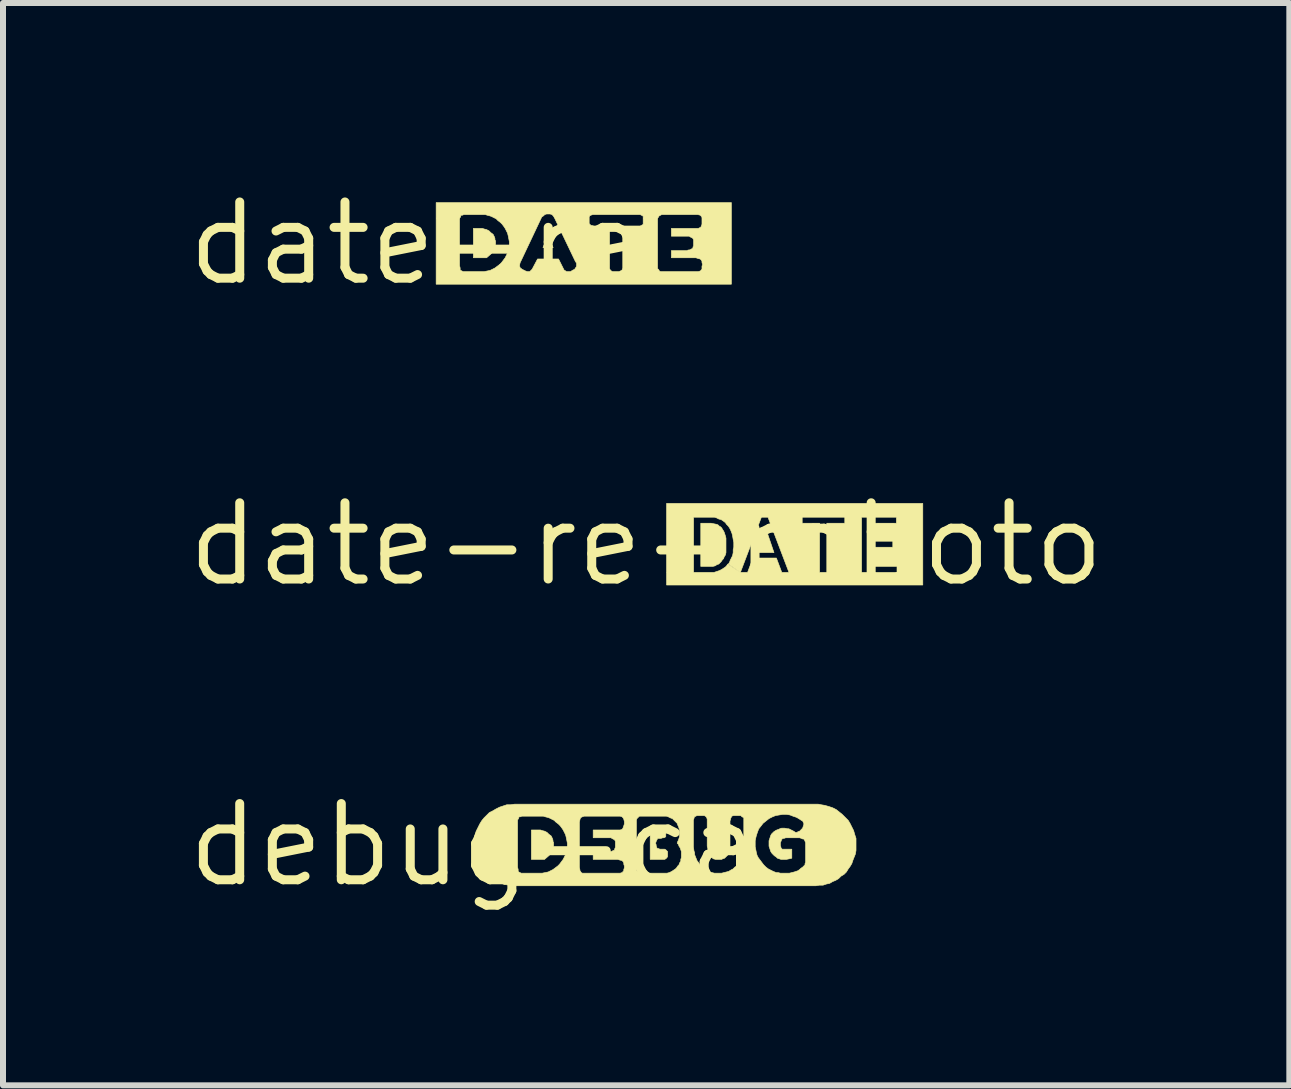
<source format=kicad_pcb>
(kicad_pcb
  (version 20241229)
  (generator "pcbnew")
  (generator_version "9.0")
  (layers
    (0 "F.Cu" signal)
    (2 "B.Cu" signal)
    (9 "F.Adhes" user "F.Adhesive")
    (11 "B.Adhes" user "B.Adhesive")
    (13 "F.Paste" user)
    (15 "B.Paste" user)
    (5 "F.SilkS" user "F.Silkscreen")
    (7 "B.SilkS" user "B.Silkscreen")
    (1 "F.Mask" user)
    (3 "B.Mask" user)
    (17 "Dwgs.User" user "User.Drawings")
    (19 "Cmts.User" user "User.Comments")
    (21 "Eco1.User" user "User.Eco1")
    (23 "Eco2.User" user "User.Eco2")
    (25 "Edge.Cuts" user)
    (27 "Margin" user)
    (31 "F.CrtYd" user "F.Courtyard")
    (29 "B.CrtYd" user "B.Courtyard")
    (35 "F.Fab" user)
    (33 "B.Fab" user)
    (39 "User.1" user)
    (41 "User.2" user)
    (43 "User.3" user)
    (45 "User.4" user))
  (footprint "debug-ca"
    (layer "F.Cu")
    (at 4.845 11.031)
    (property "Reference" "debug-ca" (at 0 0 0) (layer "F.SilkS") (effects (font (size 1.27 1.27) (thickness 0.15))))
    (attr board_only exclude_from_pos_files exclude_from_bom)
    (fp_poly (pts (xy 1.18 0.24) (xy 1.26 0.17) (xy 1.27 0.15) (xy 1.3 0.12) (xy 1.31 0.08) (xy 1.32 0.06) (xy 1.32 0.04) (xy 1.33 0.01) (xy 1.33 -0.01) (xy 1.33 -0.04) (xy 1.32 -0.06) (xy 1.32 -0.08) (xy 1.31 -0.11) (xy 1.3 -0.13) (xy 1.29 -0.15) (xy 1.25 -0.18) (xy 1.22 -0.21) (xy 1.2 -0.22) (xy 1.18 -0.23) (xy 1.14 -0.24) (xy 1.11 -0.25) (xy 0.96 -0.25) (xy 0.96 0.24) (xy 1.18 0.24)) (stroke (width 0.01) (type solid)) (fill yes) (layer "F.SilkS"))
    (fp_poly (pts (xy 3.23 0.16) (xy 3.23 0.13) (xy 3.23 0.11) (xy 3.22 0.1) (xy 3.21 0.09) (xy 3.2 0.08) (xy 3.18 0.07) (xy 3.15 0.07) (xy 3.1 0.07) (xy 3.08 0.06) (xy 3.07 0.06) (xy 3.05 0.05) (xy 3.05 0.04) (xy 3.04 0.02) (xy 3.04 0) (xy 3.03 -0.03) (xy 3.04 -0.06) (xy 3.05 -0.08) (xy 3.06 -0.1) (xy 3.07 -0.11) (xy 3.09 -0.11) (xy 3.12 -0.11) (xy 3.15 -0.12) (xy 3.17 -0.12) (xy 3.19 -0.13) (xy 3.2 -0.14) (xy 3.2 -0.2) (xy 3.2 -0.21) (xy 3.19 -0.23) (xy 3.19 -0.24) (xy 3.17 -0.24) (xy 3.16 -0.25) (xy 3.14 -0.25) (xy 2.94 -0.25) (xy 2.94 0.24) (xy 3.15 0.24) (xy 3.18 0.24) (xy 3.2 0.23) (xy 3.21 0.22) (xy 3.22 0.21) (xy 3.23 0.19) (xy 3.23 0.16)) (stroke (width 0.01) (type solid)) (fill yes) (layer "F.SilkS"))
    (fp_poly (pts (xy 0.68 -0.68) (xy 0.61 -0.67) (xy 0.55 -0.67) (xy 0.49 -0.65) (xy 0.43 -0.63) (xy 0.37 -0.6) (xy 0.32 -0.57) (xy 0.26 -0.54) (xy 0.21 -0.49) (xy 0.17 -0.45) (xy 0.13 -0.4) (xy 0.1 -0.35) (xy 0.07 -0.29) (xy 0.04 -0.23) (xy 0.02 -0.17) (xy 0.01 -0.11) (xy 0 -0.05) (xy 0 0.02) (xy 0 0.08) (xy 0.02 0.14) (xy 0.03 0.21) (xy 0.05 0.27) (xy 0.08 0.32) (xy 0.11 0.38) (xy 0.15 0.43) (xy 0.2 0.48) (xy 0.24 0.52) (xy 0.29 0.56) (xy 0.35 0.59) (xy 0.4 0.62) (xy 0.46 0.64) (xy 0.52 0.66) (xy 0.59 0.67) (xy 0.63 0.68) (xy 0.68 0.68) (xy 5.7 0.68) (xy 5.76 0.67) (xy 5.82 0.67) (xy 5.88 0.65) (xy 5.93 0.64) (xy 5.98 0.61) (xy 6.03 0.59) (xy 6.08 0.56) (xy 6.12 0.52) (xy 6.17 0.49) (xy 6.21 0.45) (xy 6.24 0.4) (xy 6.27 0.36) (xy 6.3 0.31) (xy 6.32 0.25) (xy 6.34 0.2) (xy 6.36 0.15) (xy 6.37 0.09) (xy 6.37 0.02) (xy 6.37 -0.04) (xy 6.37 -0.11) (xy 6.35 -0.17) (xy 6.33 -0.24) (xy 6.3 -0.3) (xy 6.27 -0.36) (xy 6.24 -0.41) (xy 6.19 -0.46) (xy 6.14 -0.51) (xy 6.09 -0.55) (xy 6.04 -0.59) (xy 5.98 -0.62) (xy 5.92 -0.64) (xy 5.85 -0.66) (xy 5.79 -0.67) (xy 5.74 -0.68) (xy 5.7 -0.68) (xy 0.68 -0.68) (xy 0.76 -0.47) (xy 0.78 -0.47) (xy 0.8 -0.48) (xy 0.85 -0.48) (xy 1.09 -0.48) (xy 1.12 -0.48) (xy 1.16 -0.48) (xy 1.19 -0.47) (xy 1.23 -0.46) (xy 1.26 -0.45) (xy 1.3 -0.43) (xy 1.34 -0.41) (xy 1.37 -0.38) (xy 1.41 -0.35) (xy 1.44 -0.32) (xy 1.47 -0.28) (xy 1.49 -0.25) (xy 1.51 -0.21) (xy 1.76 -0.37) (xy 1.76 -0.39) (xy 1.77 -0.42) (xy 1.77 -0.43) (xy 1.78 -0.45) (xy 1.79 -0.46) (xy 1.81 -0.47) (xy 1.84 -0.48) (xy 1.87 -0.48) (xy 2.4 -0.48) (xy 2.44 -0.48) (xy 2.47 -0.47) (xy 2.48 -0.46) (xy 2.49 -0.45) (xy 2.5 -0.43) (xy 2.51 -0.39) (xy 2.51 -0.35) (xy 2.5 -0.32) (xy 2.49 -0.29) (xy 2.48 -0.27) (xy 2.47 -0.26) (xy 2.44 -0.25) (xy 2.4 -0.25) (xy 1.99 -0.25) (xy 1.99 -0.12) (xy 2.29 -0.12) (xy 2.3 -0.11) (xy 2.34 -0.09) (xy 2.35 -0.08) (xy 2.36 -0.06) (xy 2.36 -0.04) (xy 2.36 0) (xy 2.36 0.02) (xy 2.36 0.04) (xy 2.35 0.06) (xy 2.35 0.07) (xy 2.34 0.09) (xy 2.33 0.09) (xy 2.29 0.11) (xy 2.27 0.11) (xy 2.25 0.12) (xy 1.99 0.12) (xy 1.99 0.24) (xy 2.4 0.24) (xy 2.43 0.25) (xy 2.47 0.26) (xy 2.48 0.27) (xy 2.49 0.28) (xy 2.5 0.3) (xy 2.5 0.32) (xy 2.51 0.35) (xy 2.71 0.37) (xy 2.71 -0.41) (xy 2.71 -0.42) (xy 2.72 -0.44) (xy 2.73 -0.45) (xy 2.74 -0.46) (xy 2.75 -0.47) (xy 2.76 -0.48) (xy 2.81 -0.48) (xy 3.17 -0.48) (xy 3.21 -0.48) (xy 3.24 -0.47) (xy 3.28 -0.45) (xy 3.31 -0.44) (xy 3.33 -0.42) (xy 3.35 -0.4) (xy 3.39 -0.36) (xy 3.4 -0.33) (xy 3.41 -0.31) (xy 3.42 -0.28) (xy 3.43 -0.25) (xy 3.43 -0.23) (xy 3.43 -0.2) (xy 3.43 -0.17) (xy 3.43 -0.14) (xy 3.42 -0.11) (xy 3.41 -0.08) (xy 3.4 -0.06) (xy 3.39 -0.03) (xy 3.41 -0.01) (xy 3.42 0.02) (xy 3.44 0.05) (xy 3.45 0.08) (xy 3.46 0.11) (xy 3.67 0.1) (xy 3.66 0.03) (xy 3.66 -0.42) (xy 3.67 -0.44) (xy 3.67 -0.45) (xy 3.68 -0.47) (xy 3.7 -0.48) (xy 3.72 -0.49) (xy 3.76 -0.49) (xy 3.81 -0.49) (xy 3.84 -0.49) (xy 3.86 -0.48) (xy 3.88 -0.46) (xy 3.89 -0.43) (xy 3.89 -0.39) (xy 3.89 0.02) (xy 3.9 0.06) (xy 3.91 0.1) (xy 3.92 0.13) (xy 3.94 0.18) (xy 3.95 0.2) (xy 3.97 0.21) (xy 3.99 0.23) (xy 4.03 0.24) (xy 4.06 0.24) (xy 4.1 0.24) (xy 4.13 0.24) (xy 4.15 0.23) (xy 4.18 0.22) (xy 4.2 0.2) (xy 4.22 0.18) (xy 4.24 0.16) (xy 4.25 0.13) (xy 4.26 0.09) (xy 4.27 0.06) (xy 4.27 0.02) (xy 4.27 -0.4) (xy 4.28 -0.43) (xy 4.28 -0.44) (xy 4.3 -0.48) (xy 4.33 -0.49) (xy 4.36 -0.49) (xy 4.4 -0.49) (xy 4.43 -0.49) (xy 4.45 -0.49) (xy 4.47 -0.47) (xy 4.49 -0.46) (xy 4.5 -0.45) (xy 4.5 -0.42) (xy 4.5 -0.39) (xy 4.5 0.04) (xy 4.69 0.03) (xy 4.69 -0.02) (xy 4.69 -0.07) (xy 4.7 -0.12) (xy 4.71 -0.16) (xy 4.73 -0.22) (xy 4.75 -0.27) (xy 4.79 -0.32) (xy 4.82 -0.36) (xy 4.87 -0.4) (xy 4.92 -0.44) (xy 4.98 -0.47) (xy 5.03 -0.49) (xy 5.09 -0.5) (xy 5.15 -0.51) (xy 5.21 -0.51) (xy 5.27 -0.5) (xy 5.32 -0.48) (xy 5.38 -0.46) (xy 5.43 -0.43) (xy 5.46 -0.41) (xy 5.48 -0.4) (xy 5.49 -0.38) (xy 5.5 -0.36) (xy 5.5 -0.34) (xy 5.49 -0.31) (xy 5.48 -0.28) (xy 5.46 -0.26) (xy 5.43 -0.23) (xy 5.4 -0.22) (xy 5.39 -0.21) (xy 5.38 -0.21) (xy 5.36 -0.21) (xy 5.33 -0.23) (xy 5.27 -0.26) (xy 5.25 -0.27) (xy 5.23 -0.27) (xy 5.18 -0.28) (xy 5.13 -0.28) (xy 5.1 -0.27) (xy 5.08 -0.26) (xy 5.05 -0.25) (xy 5.03 -0.24) (xy 5 -0.22) (xy 4.98 -0.2) (xy 4.96 -0.18) (xy 4.95 -0.16) (xy 4.94 -0.13) (xy 4.93 -0.1) (xy 4.92 -0.07) (xy 4.92 -0.04) (xy 4.92 -0.01) (xy 4.92 0.02) (xy 4.93 0.05) (xy 4.94 0.08) (xy 4.95 0.11) (xy 4.97 0.14) (xy 4.99 0.16) (xy 5.01 0.18) (xy 5.04 0.2) (xy 5.06 0.22) (xy 5.09 0.23) (xy 5.12 0.24) (xy 5.16 0.24) (xy 5.21 0.24) (xy 5.26 0.23) (xy 5.3 0.22) (xy 5.3 0.07) (xy 5.19 0.07) (xy 5.16 0.07) (xy 5.14 0.07) (xy 5.13 0.06) (xy 5.12 0.05) (xy 5.12 0.04) (xy 5.11 0.01) (xy 5.11 -0.04) (xy 5.12 -0.06) (xy 5.13 -0.09) (xy 5.14 -0.1) (xy 5.15 -0.11) (xy 5.17 -0.11) (xy 5.2 -0.12) (xy 5.43 -0.12) (xy 5.46 -0.11) (xy 5.48 -0.1) (xy 5.5 -0.1) (xy 5.51 -0.08) (xy 5.52 -0.07) (xy 5.52 -0.06) (xy 5.53 -0.04) (xy 5.53 -0.02) (xy 5.53 0.29) (xy 5.52 0.31) (xy 5.52 0.33) (xy 5.5 0.35) (xy 5.48 0.37) (xy 5.45 0.39) (xy 5.43 0.41) (xy 5.4 0.43) (xy 5.37 0.44) (xy 5.34 0.45) (xy 5.3 0.46) (xy 5.26 0.47) (xy 5.22 0.47) (xy 5.18 0.47) (xy 5.14 0.47) (xy 5.11 0.47) (xy 5.07 0.46) (xy 5.04 0.46) (xy 4.99 0.44) (xy 4.95 0.42) (xy 4.91 0.4) (xy 4.87 0.37) (xy 4.83 0.33) (xy 4.8 0.29) (xy 4.77 0.25) (xy 4.74 0.21) (xy 4.72 0.17) (xy 4.71 0.13) (xy 4.7 0.08) (xy 4.69 0.03) (xy 4.5 0.04) (xy 4.5 0.08) (xy 4.49 0.12) (xy 4.48 0.16) (xy 4.47 0.2) (xy 4.45 0.24) (xy 4.43 0.28) (xy 4.4 0.31) (xy 4.38 0.35) (xy 4.35 0.37) (xy 4.32 0.4) (xy 4.28 0.42) (xy 4.25 0.44) (xy 4.21 0.45) (xy 4.17 0.46) (xy 4.13 0.47) (xy 4.09 0.47) (xy 4.05 0.47) (xy 4.01 0.47) (xy 3.97 0.46) (xy 3.93 0.45) (xy 3.89 0.43) (xy 3.85 0.4) (xy 3.81 0.37) (xy 3.78 0.34) (xy 3.75 0.3) (xy 3.72 0.26) (xy 3.7 0.21) (xy 3.68 0.16) (xy 3.68 0.13) (xy 3.67 0.1) (xy 3.46 0.11) (xy 3.46 0.14) (xy 3.46 0.18) (xy 3.46 0.21) (xy 3.45 0.24) (xy 3.45 0.27) (xy 3.43 0.3) (xy 3.42 0.33) (xy 3.4 0.35) (xy 3.38 0.38) (xy 3.36 0.4) (xy 3.33 0.42) (xy 3.3 0.44) (xy 3.26 0.46) (xy 3.22 0.47) (xy 3.17 0.47) (xy 2.8 0.47) (xy 2.77 0.47) (xy 2.75 0.46) (xy 2.74 0.45) (xy 2.72 0.44) (xy 2.72 0.43) (xy 2.71 0.42) (xy 2.71 0.37) (xy 2.51 0.35) (xy 2.51 0.38) (xy 2.5 0.41) (xy 2.5 0.43) (xy 2.48 0.45) (xy 2.48 0.46) (xy 2.47 0.46) (xy 2.44 0.47) (xy 2.4 0.47) (xy 1.86 0.47) (xy 1.83 0.47) (xy 1.81 0.47) (xy 1.79 0.46) (xy 1.78 0.44) (xy 1.77 0.43) (xy 1.77 0.42) (xy 1.76 0.37) (xy 1.76 -0.37) (xy 1.51 -0.21) (xy 1.53 -0.17) (xy 1.54 -0.13) (xy 1.55 -0.08) (xy 1.56 -0.03) (xy 1.56 0.02) (xy 1.55 0.07) (xy 1.54 0.11) (xy 1.53 0.16) (xy 1.51 0.2) (xy 1.49 0.24) (xy 1.46 0.28) (xy 1.43 0.32) (xy 1.4 0.35) (xy 1.36 0.38) (xy 1.32 0.41) (xy 1.28 0.43) (xy 1.24 0.45) (xy 1.19 0.46) (xy 1.14 0.47) (xy 1.09 0.47) (xy 0.84 0.47) (xy 0.82 0.47) (xy 0.79 0.47) (xy 0.77 0.46) (xy 0.75 0.45) (xy 0.74 0.44) (xy 0.74 0.41) (xy 0.73 0.37) (xy 0.73 -0.42) (xy 0.74 -0.43) (xy 0.75 -0.45) (xy 0.75 -0.46) (xy 0.76 -0.47) (xy 0.68 -0.68)) (stroke (width 0.01) (type solid)) (fill yes) (layer "F.SilkS")))
  (footprint "date-re-roboto"
    (layer "F.Cu")
    (at 7.718 6.019)
    (property "Reference" "date-re-roboto" (at 0 0 0) (layer "F.SilkS") (effects (font (size 1.27 1.27) (thickness 0.15))))
    (attr board_only exclude_from_pos_files exclude_from_bom)
    (fp_poly (pts (xy 1.82 0.14) (xy 2.13 0.14) (xy 1.98 -0.3) (xy 1.82 0.14)) (stroke (width 0.01) (type solid)) (fill yes) (layer "F.SilkS"))
    (fp_poly (pts (xy 0.91 -0.35) (xy 0.91 0.37) (xy 1.07 0.37) (xy 1.11 0.37) (xy 1.15 0.36) (xy 1.18 0.34) (xy 1.21 0.33) (xy 1.23 0.31) (xy 1.25 0.29) (xy 1.27 0.26) (xy 1.29 0.24) (xy 1.3 0.21) (xy 1.32 0.18) (xy 1.33 0.14) (xy 1.33 0.09) (xy 1.33 0.05) (xy 1.33 -0.02) (xy 1.33 -0.06) (xy 1.33 -0.1) (xy 1.32 -0.14) (xy 1.31 -0.17) (xy 1.3 -0.2) (xy 1.29 -0.22) (xy 1.27 -0.25) (xy 1.26 -0.27) (xy 1.24 -0.29) (xy 1.22 -0.3) (xy 1.2 -0.32) (xy 1.18 -0.33) (xy 1.13 -0.34) (xy 1.08 -0.35) (xy 1.05 -0.35) (xy 0.91 -0.35)) (stroke (width 0.01) (type solid)) (fill yes) (layer "F.SilkS"))
    (fp_poly (pts (xy 0.68 -0.68) (xy 0.34 -0.68) (xy 0.34 0.68) (xy 4.61 0.68) (xy 4.61 -0.68) (xy 0.68 -0.68) (xy 0.79 -0.45) (xy 1.05 -0.45) (xy 1.1 -0.45) (xy 1.14 -0.45) (xy 1.17 -0.44) (xy 1.21 -0.42) (xy 1.25 -0.41) (xy 1.28 -0.39) (xy 1.32 -0.36) (xy 1.34 -0.33) (xy 1.37 -0.3) (xy 1.39 -0.27) (xy 1.41 -0.23) (xy 1.43 -0.18) (xy 1.44 -0.14) (xy 1.45 -0.08) (xy 1.46 -0.03) (xy 1.46 0.05) (xy 1.45 0.09) (xy 1.45 0.14) (xy 1.44 0.19) (xy 1.42 0.23) (xy 1.4 0.27) (xy 1.39 0.3) (xy 1.37 0.33) (xy 1.57 0.47) (xy 1.92 -0.45) (xy 2.03 -0.45) (xy 2.38 0.47) (xy 2.89 0.47) (xy 2.89 -0.35) (xy 2.6 -0.35) (xy 2.6 -0.45) (xy 3.31 -0.45) (xy 3.59 -0.45) (xy 4.17 -0.45) (xy 4.17 -0.35) (xy 3.71 -0.35) (xy 3.71 -0.05) (xy 4.11 -0.05) (xy 4.11 0.05) (xy 3.71 0.05) (xy 3.71 0.37) (xy 4.18 0.37) (xy 4.18 0.47) (xy 3.59 0.47) (xy 3.59 -0.45) (xy 3.31 -0.45) (xy 3.31 -0.35) (xy 3.01 -0.35) (xy 3.01 0.47) (xy 2.89 0.47) (xy 2.38 0.47) (xy 2.26 0.47) (xy 2.17 0.23) (xy 1.78 0.23) (xy 1.69 0.47) (xy 1.57 0.47) (xy 1.36 0.33) (xy 1.34 0.36) (xy 1.32 0.38) (xy 1.29 0.4) (xy 1.26 0.42) (xy 1.22 0.44) (xy 1.19 0.45) (xy 1.13 0.47) (xy 1.07 0.47) (xy 0.79 0.47) (xy 0.79 -0.45) (xy 0.68 -0.68)) (stroke (width 0.01) (type solid)) (fill yes) (layer "F.SilkS")))
  (footprint "date-re"
    (layer "F.Cu")
    (at 3.878 1.006)
    (property "Reference" "date-re" (at 0 0 0) (layer "F.SilkS") (effects (font (size 1.27 1.27) (thickness 0.15))))
    (attr board_only exclude_from_pos_files exclude_from_bom)
    (fp_poly (pts (xy 2.2 -0.12) (xy 2.12 0.07) (xy 2.29 0.07) (xy 2.2 -0.12)) (stroke (width 0.01) (type solid)) (fill yes) (layer "F.SilkS"))
    (fp_poly (pts (xy 1.18 0.24) (xy 1.26 0.17) (xy 1.27 0.15) (xy 1.3 0.12) (xy 1.31 0.08) (xy 1.32 0.06) (xy 1.32 0.04) (xy 1.33 0.01) (xy 1.33 -0.01) (xy 1.33 -0.04) (xy 1.32 -0.06) (xy 1.32 -0.08) (xy 1.31 -0.11) (xy 1.3 -0.13) (xy 1.29 -0.15) (xy 1.25 -0.18) (xy 1.22 -0.21) (xy 1.2 -0.22) (xy 1.18 -0.23) (xy 1.14 -0.24) (xy 1.11 -0.25) (xy 0.96 -0.25) (xy 0.96 0.24) (xy 1.18 0.24)) (stroke (width 0.01) (type solid)) (fill yes) (layer "F.SilkS"))
    (fp_poly (pts (xy 0.68 -0.68) (xy 0.34 -0.68) (xy 0.34 0.68) (xy 5.26 0.68) (xy 5.26 -0.68) (xy 0.68 -0.68) (xy 0.76 -0.47) (xy 0.78 -0.47) (xy 0.8 -0.48) (xy 0.85 -0.48) (xy 1.09 -0.48) (xy 1.12 -0.48) (xy 1.16 -0.48) (xy 1.19 -0.47) (xy 1.23 -0.46) (xy 1.26 -0.45) (xy 1.3 -0.43) (xy 1.34 -0.41) (xy 1.37 -0.38) (xy 1.41 -0.35) (xy 1.44 -0.32) (xy 1.47 -0.28) (xy 1.49 -0.25) (xy 1.51 -0.21) (xy 1.53 -0.17) (xy 1.54 -0.13) (xy 1.55 -0.08) (xy 1.56 -0.03) (xy 1.56 0.02) (xy 1.55 0.07) (xy 1.54 0.11) (xy 1.53 0.16) (xy 1.51 0.2) (xy 1.75 0.3) (xy 2.1 -0.44) (xy 2.13 -0.46) (xy 2.15 -0.48) (xy 2.18 -0.49) (xy 2.21 -0.49) (xy 2.24 -0.49) (xy 2.27 -0.48) (xy 2.29 -0.46) (xy 2.31 -0.43) (xy 2.66 0.3) (xy 2.68 0.33) (xy 2.68 0.36) (xy 3.23 0.41) (xy 3.23 -0.29) (xy 2.97 -0.29) (xy 2.93 -0.3) (xy 2.92 -0.3) (xy 2.91 -0.31) (xy 2.9 -0.32) (xy 2.89 -0.33) (xy 2.89 -0.34) (xy 2.89 -0.36) (xy 2.89 -0.38) (xy 2.89 -0.41) (xy 2.89 -0.43) (xy 2.89 -0.44) (xy 2.9 -0.46) (xy 2.92 -0.47) (xy 2.95 -0.48) (xy 2.98 -0.48) (xy 3.72 -0.48) (xy 3.74 -0.48) (xy 3.76 -0.47) (xy 3.78 -0.46) (xy 3.79 -0.45) (xy 3.79 -0.43) (xy 3.79 -0.4) (xy 3.79 -0.36) (xy 4.03 -0.37) (xy 4.03 -0.39) (xy 4.03 -0.42) (xy 4.04 -0.43) (xy 4.05 -0.45) (xy 4.06 -0.46) (xy 4.08 -0.47) (xy 4.1 -0.48) (xy 4.14 -0.48) (xy 4.67 -0.48) (xy 4.7 -0.48) (xy 4.74 -0.47) (xy 4.75 -0.46) (xy 4.76 -0.45) (xy 4.77 -0.43) (xy 4.77 -0.39) (xy 4.77 -0.35) (xy 4.77 -0.32) (xy 4.76 -0.29) (xy 4.75 -0.27) (xy 4.73 -0.26) (xy 4.71 -0.25) (xy 4.67 -0.25) (xy 4.26 -0.25) (xy 4.26 -0.12) (xy 4.56 -0.12) (xy 4.57 -0.11) (xy 4.61 -0.09) (xy 4.62 -0.08) (xy 4.63 -0.06) (xy 4.63 -0.04) (xy 4.63 0) (xy 4.63 0.02) (xy 4.63 0.04) (xy 4.62 0.06) (xy 4.62 0.07) (xy 4.61 0.09) (xy 4.6 0.09) (xy 4.56 0.11) (xy 4.54 0.11) (xy 4.52 0.12) (xy 4.26 0.12) (xy 4.26 0.24) (xy 4.67 0.24) (xy 4.7 0.25) (xy 4.74 0.26) (xy 4.75 0.27) (xy 4.76 0.28) (xy 4.77 0.3) (xy 4.77 0.32) (xy 4.78 0.35) (xy 4.77 0.38) (xy 4.77 0.41) (xy 4.77 0.43) (xy 4.75 0.45) (xy 4.75 0.46) (xy 4.74 0.46) (xy 4.71 0.47) (xy 4.67 0.47) (xy 4.13 0.47) (xy 4.1 0.47) (xy 4.08 0.47) (xy 4.06 0.46) (xy 4.05 0.44) (xy 4.04 0.43) (xy 4.03 0.42) (xy 4.03 0.37) (xy 4.03 -0.37) (xy 3.79 -0.36) (xy 3.79 -0.33) (xy 3.79 -0.32) (xy 3.78 -0.31) (xy 3.76 -0.3) (xy 3.74 -0.29) (xy 3.71 -0.29) (xy 3.45 -0.29) (xy 3.45 0.38) (xy 3.45 0.41) (xy 3.44 0.44) (xy 3.43 0.45) (xy 3.41 0.46) (xy 3.39 0.47) (xy 3.35 0.47) (xy 3.31 0.47) (xy 3.28 0.47) (xy 3.26 0.46) (xy 3.25 0.45) (xy 3.24 0.44) (xy 3.23 0.42) (xy 3.23 0.41) (xy 2.68 0.36) (xy 2.68 0.38) (xy 2.67 0.4) (xy 2.66 0.41) (xy 2.65 0.43) (xy 2.63 0.44) (xy 2.61 0.45) (xy 2.58 0.47) (xy 2.56 0.47) (xy 2.54 0.47) (xy 2.52 0.47) (xy 2.51 0.47) (xy 2.5 0.46) (xy 2.48 0.45) (xy 2.47 0.44) (xy 2.45 0.4) (xy 2.38 0.26) (xy 2.03 0.26) (xy 1.94 0.43) (xy 1.93 0.44) (xy 1.91 0.46) (xy 1.9 0.47) (xy 1.89 0.47) (xy 1.87 0.47) (xy 1.86 0.47) (xy 1.83 0.46) (xy 1.77 0.43) (xy 1.76 0.42) (xy 1.74 0.41) (xy 1.74 0.4) (xy 1.73 0.38) (xy 1.73 0.37) (xy 1.73 0.36) (xy 1.74 0.32) (xy 1.75 0.3) (xy 1.51 0.2) (xy 1.49 0.24) (xy 1.46 0.28) (xy 1.43 0.32) (xy 1.4 0.35) (xy 1.36 0.38) (xy 1.32 0.41) (xy 1.28 0.43) (xy 1.24 0.45) (xy 1.19 0.46) (xy 1.14 0.47) (xy 1.09 0.47) (xy 0.84 0.47) (xy 0.82 0.47) (xy 0.79 0.47) (xy 0.77 0.46) (xy 0.75 0.45) (xy 0.74 0.44) (xy 0.74 0.41) (xy 0.73 0.37) (xy 0.73 -0.42) (xy 0.74 -0.43) (xy 0.75 -0.45) (xy 0.75 -0.46) (xy 0.76 -0.47) (xy 0.68 -0.68)) (stroke (width 0.01) (type solid)) (fill yes) (layer "F.SilkS")))
  (gr_rect
    (start -3 -3)
    (end 18.436 15.037)
    (stroke (width 0.1) (type default))
    (fill no)
    (layer "Edge.Cuts")))
</source>
